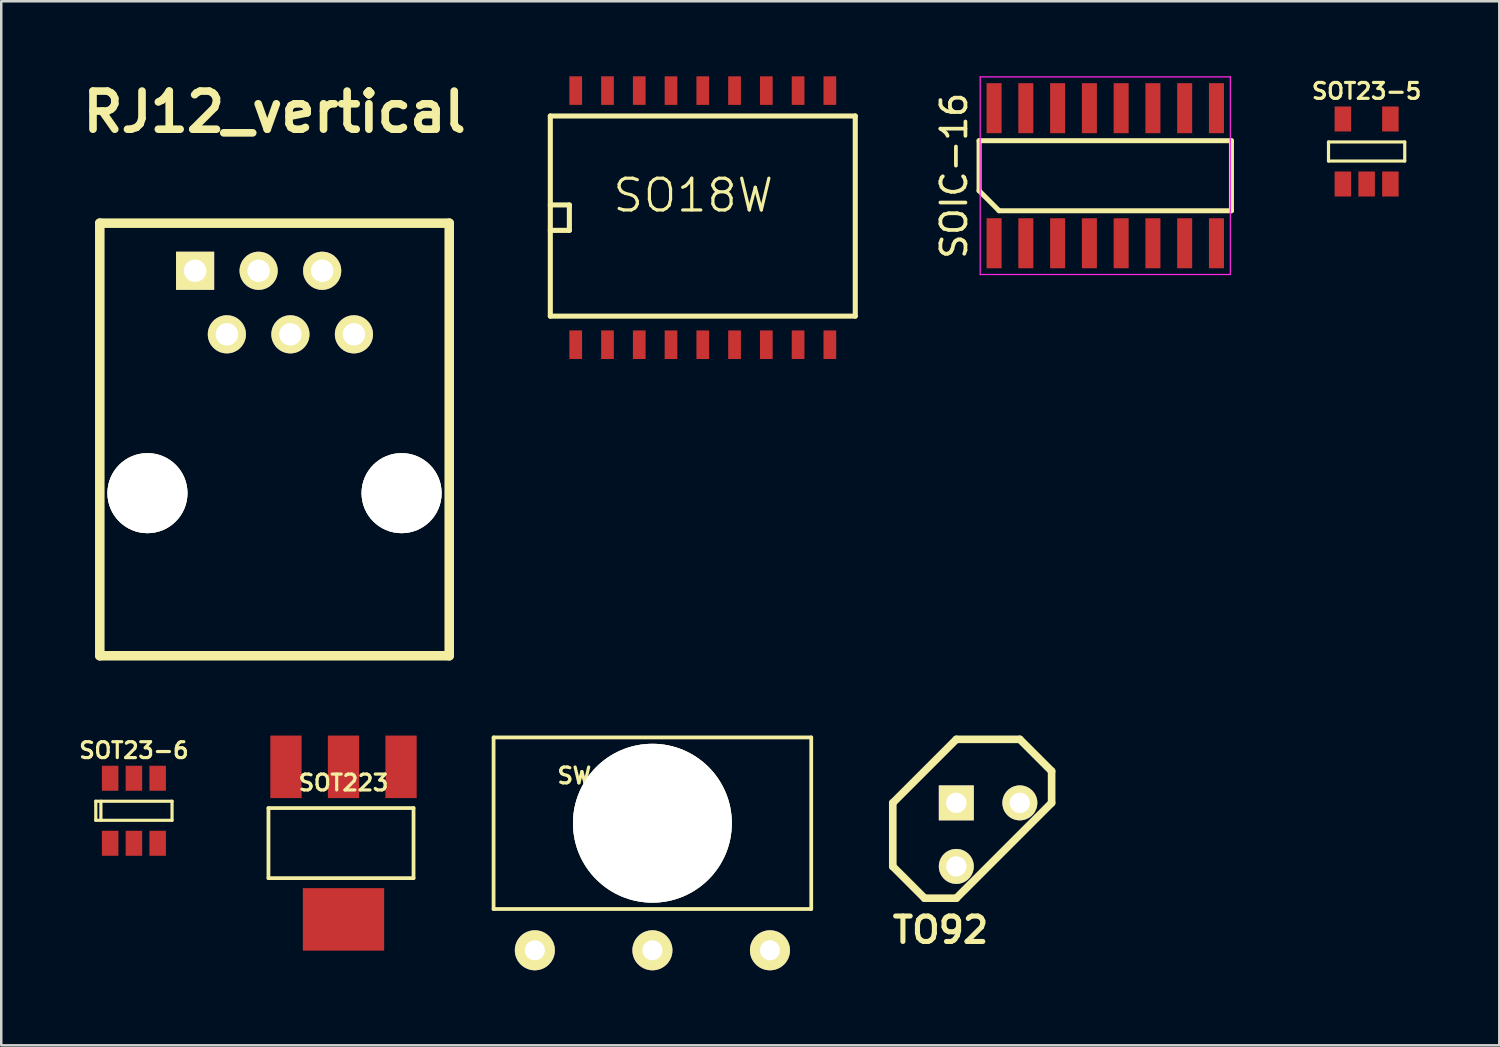
<source format=kicad_pcb>
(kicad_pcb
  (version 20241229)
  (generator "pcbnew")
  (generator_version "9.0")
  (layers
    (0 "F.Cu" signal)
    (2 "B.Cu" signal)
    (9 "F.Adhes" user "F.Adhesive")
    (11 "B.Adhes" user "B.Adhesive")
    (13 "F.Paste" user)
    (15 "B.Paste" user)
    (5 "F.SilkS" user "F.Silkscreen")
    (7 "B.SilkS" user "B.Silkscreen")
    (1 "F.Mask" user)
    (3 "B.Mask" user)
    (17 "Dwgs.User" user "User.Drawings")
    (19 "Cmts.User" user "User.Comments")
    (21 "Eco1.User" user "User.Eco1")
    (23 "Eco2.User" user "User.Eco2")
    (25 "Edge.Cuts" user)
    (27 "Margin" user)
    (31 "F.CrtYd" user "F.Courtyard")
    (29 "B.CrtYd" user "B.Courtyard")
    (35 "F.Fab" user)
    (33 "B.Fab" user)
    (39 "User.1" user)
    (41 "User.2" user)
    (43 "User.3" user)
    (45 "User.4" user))
  (footprint "SOT23-6"
    (layer "F.Cu")
    (at 2.304 29.364)
    (property "Reference" "SOT23-6" (at 0 -2.413 0) (layer "F.SilkS") (effects (font (size 0.635 0.635) (thickness 0.127))))
    (attr smd)
    (fp_line (start -1.524 -0.381) (end 1.524 -0.381) (stroke (width 0.127) (type solid)) (layer "F.SilkS"))
    (fp_line (start -1.524 0.381) (end -1.524 -0.381) (stroke (width 0.127) (type solid)) (layer "F.SilkS"))
    (fp_line (start -1.32 0.381) (end -1.32 -0.381) (stroke (width 0.127) (type solid)) (layer "F.SilkS"))
    (fp_line (start 1.524 -0.381) (end 1.524 0.381) (stroke (width 0.127) (type solid)) (layer "F.SilkS"))
    (fp_line (start 1.524 0.381) (end -1.524 0.381) (stroke (width 0.127) (type solid)) (layer "F.SilkS"))
    (pad "1" smd rect (at -0.95 1.3) (size 0.66 1) (layers "F.Cu" "F.Mask" "F.Paste"))
    (pad "2" smd rect (at 0 1.3) (size 0.66 1) (layers "F.Cu" "F.Mask" "F.Paste"))
    (pad "3" smd rect (at 0.95 1.3) (size 0.66 1) (layers "F.Cu" "F.Mask" "F.Paste"))
    (pad "4" smd rect (at 0.95 -1.3) (size 0.66 1) (layers "F.Cu" "F.Mask" "F.Paste"))
    (pad "5" smd rect (at 0 -1.3) (size 0.66 1) (layers "F.Cu" "F.Mask" "F.Paste"))
    (pad "6" smd rect (at -0.95 -1.3) (size 0.66 1) (layers "F.Cu" "F.Mask" "F.Paste")))
  (footprint "SOT223"
    (layer "F.Cu")
    (at 10.683 30.657)
    (property "Reference" "SOT223" (at 0 -2.413 0) (layer "F.SilkS") (effects (font (size 0.635 0.635) (thickness 0.127))))
    (attr smd)
    (fp_line (start -3 -1.4) (end 2.8 -1.4) (stroke (width 0.15) (type solid)) (layer "F.SilkS"))
    (fp_line (start -3 1.4) (end -3 -1.4) (stroke (width 0.15) (type solid)) (layer "F.SilkS"))
    (fp_line (start 2.8 -1.4) (end 2.8 1.4) (stroke (width 0.15) (type solid)) (layer "F.SilkS"))
    (fp_line (start 2.8 1.4) (end -3 1.4) (stroke (width 0.15) (type solid)) (layer "F.SilkS"))
    (pad "1" smd rect (at 2.3 -3.05) (size 1.25 2.5) (layers "F.Cu" "F.Mask" "F.Paste"))
    (pad "2" smd rect (at 0 -3.05) (size 1.25 2.5) (layers "F.Cu" "F.Mask" "F.Paste"))
    (pad "2" smd rect (at 0 3.05) (size 3.25 2.5) (layers "F.Cu" "F.Mask" "F.Paste"))
    (pad "3" smd rect (at -2.3 -3.05) (size 1.25 2.5) (layers "F.Cu" "F.Mask" "F.Paste")))
  (footprint "SOIC-16"
    (layer "F.Cu")
    (at 41.138 3.975)
    (property "Reference" "SOIC-16" (at -6.045 0 90) (layer "F.SilkS") (effects (font (size 1 1) (thickness 0.15))))
    (attr smd)
    (fp_line (start -5.045 -1.4) (end 5.045 -1.4) (stroke (width 0.2) (type solid)) (layer "F.SilkS"))
    (fp_line (start -5.045 0.6) (end -5.045 -1.4) (stroke (width 0.2) (type solid)) (layer "F.SilkS"))
    (fp_line (start -4.245 1.4) (end -5.045 0.6) (stroke (width 0.2) (type solid)) (layer "F.SilkS"))
    (fp_line (start 5.045 -1.4) (end 5.045 1.4) (stroke (width 0.2) (type solid)) (layer "F.SilkS"))
    (fp_line (start 5.045 1.4) (end -4.245 1.4) (stroke (width 0.2) (type solid)) (layer "F.SilkS"))
    (fp_line (start -5 -3.95) (end 5 -3.95) (stroke (width 0.05) (type solid)) (layer "F.CrtYd"))
    (fp_line (start -5 3.95) (end -5 -3.95) (stroke (width 0.05) (type solid)) (layer "F.CrtYd"))
    (fp_line (start 5 -3.95) (end 5 3.95) (stroke (width 0.05) (type solid)) (layer "F.CrtYd"))
    (fp_line (start 5 3.95) (end -5 3.95) (stroke (width 0.05) (type solid)) (layer "F.CrtYd"))
    (pad "1" smd rect (at -4.445 2.7) (size 0.6 2) (layers "F.Cu" "F.Mask" "F.Paste"))
    (pad "2" smd rect (at -3.175 2.7) (size 0.6 2) (layers "F.Cu" "F.Mask" "F.Paste"))
    (pad "3" smd rect (at -1.905 2.7) (size 0.6 2) (layers "F.Cu" "F.Mask" "F.Paste"))
    (pad "4" smd rect (at -0.635 2.7) (size 0.6 2) (layers "F.Cu" "F.Mask" "F.Paste"))
    (pad "5" smd rect (at 0.635 2.7) (size 0.6 2) (layers "F.Cu" "F.Mask" "F.Paste"))
    (pad "6" smd rect (at 1.905 2.7) (size 0.6 2) (layers "F.Cu" "F.Mask" "F.Paste"))
    (pad "7" smd rect (at 3.175 2.7) (size 0.6 2) (layers "F.Cu" "F.Mask" "F.Paste"))
    (pad "8" smd rect (at 4.445 2.7) (size 0.6 2) (layers "F.Cu" "F.Mask" "F.Paste"))
    (pad "9" smd rect (at 4.445 -2.7) (size 0.6 2) (layers "F.Cu" "F.Mask" "F.Paste"))
    (pad "10" smd rect (at 3.175 -2.7) (size 0.6 2) (layers "F.Cu" "F.Mask" "F.Paste"))
    (pad "11" smd rect (at 1.905 -2.7) (size 0.6 2) (layers "F.Cu" "F.Mask" "F.Paste"))
    (pad "12" smd rect (at 0.635 -2.7) (size 0.6 2) (layers "F.Cu" "F.Mask" "F.Paste"))
    (pad "13" smd rect (at -0.635 -2.7) (size 0.6 2) (layers "F.Cu" "F.Mask" "F.Paste"))
    (pad "14" smd rect (at -1.905 -2.7) (size 0.6 2) (layers "F.Cu" "F.Mask" "F.Paste"))
    (pad "15" smd rect (at -3.175 -2.7) (size 0.6 2) (layers "F.Cu" "F.Mask" "F.Paste"))
    (pad "16" smd rect (at -4.445 -2.7) (size 0.6 2) (layers "F.Cu" "F.Mask" "F.Paste")))
  (footprint "SW_SPDT"
    (layer "F.Cu")
    (at 23.033 29.862)
    (property "Reference" "SW_SPDT" (at -1.7 -1.9 0) (layer "F.SilkS") (effects (font (size 0.635 0.635) (thickness 0.127))))
    (attr through_hole)
    (fp_line (start -6.35 -3.43) (end -6.35 3.43) (stroke (width 0.15) (type solid)) (layer "F.SilkS"))
    (fp_line (start -6.35 -3.43) (end 6.35 -3.43) (stroke (width 0.15) (type solid)) (layer "F.SilkS"))
    (fp_line (start -6.35 3.43) (end 6.35 3.43) (stroke (width 0.15) (type solid)) (layer "F.SilkS"))
    (fp_line (start 6.35 -3.43) (end 6.35 3.43) (stroke (width 0.15) (type solid)) (layer "F.SilkS"))
    (pad "" thru_hole circle (at 0 0) (size 6.35 6.35) (drill 6.35) (layers "*.Cu" "*.Mask" "F.SilkS" "B.Adhes"))
    (pad "1" thru_hole circle (at -4.7 5.08) (size 1.6 1.6) (drill 0.8) (layers "*.Cu" "*.Mask" "F.SilkS"))
    (pad "2" thru_hole circle (at 0 5.08) (size 1.6 1.6) (drill 0.8) (layers "*.Cu" "*.Mask" "F.SilkS"))
    (pad "3" thru_hole circle (at 4.7 5.08) (size 1.6 1.6) (drill 0.8) (layers "*.Cu" "*.Mask" "F.SilkS")))
  (footprint "SO18W"
    (layer "F.Cu")
    (at 24.412 5.652)
    (property "Reference" "SO18W" (at 0.254 -0.889 0) (layer "F.SilkS") (effects (font (size 1.27 1.27) (thickness 0.127))))
    (attr smd)
    (fp_line (start -5.461 -4.064) (end 6.731 -4.064) (stroke (width 0.203) (type solid)) (layer "F.SilkS"))
    (fp_line (start -5.461 -0.508) (end -4.699 -0.508) (stroke (width 0.203) (type solid)) (layer "F.SilkS"))
    (fp_line (start -5.461 3.937) (end -5.461 -4.064) (stroke (width 0.203) (type solid)) (layer "F.SilkS"))
    (fp_line (start -4.699 -0.508) (end -4.699 0.508) (stroke (width 0.203) (type solid)) (layer "F.SilkS"))
    (fp_line (start -4.699 0.508) (end -5.461 0.508) (stroke (width 0.203) (type solid)) (layer "F.SilkS"))
    (fp_line (start 6.731 -4.064) (end 6.731 3.937) (stroke (width 0.203) (type solid)) (layer "F.SilkS"))
    (fp_line (start 6.731 3.937) (end -5.461 3.937) (stroke (width 0.203) (type solid)) (layer "F.SilkS"))
    (pad "1" smd rect (at -4.445 5.08) (size 0.508 1.143) (layers "F.Cu" "F.Mask" "F.Paste"))
    (pad "2" smd rect (at -3.175 5.08) (size 0.508 1.143) (layers "F.Cu" "F.Mask" "F.Paste"))
    (pad "3" smd rect (at -1.905 5.08) (size 0.508 1.143) (layers "F.Cu" "F.Mask" "F.Paste"))
    (pad "4" smd rect (at -0.635 5.08) (size 0.508 1.143) (layers "F.Cu" "F.Mask" "F.Paste"))
    (pad "5" smd rect (at 0.635 5.08) (size 0.508 1.143) (layers "F.Cu" "F.Mask" "F.Paste"))
    (pad "6" smd rect (at 1.905 5.08) (size 0.508 1.143) (layers "F.Cu" "F.Mask" "F.Paste"))
    (pad "7" smd rect (at 3.175 5.08) (size 0.508 1.143) (layers "F.Cu" "F.Mask" "F.Paste"))
    (pad "8" smd rect (at 4.445 5.08) (size 0.508 1.143) (layers "F.Cu" "F.Mask" "F.Paste"))
    (pad "9" smd rect (at 5.715 5.08) (size 0.508 1.143) (layers "F.Cu" "F.Mask" "F.Paste"))
    (pad "10" smd rect (at 5.715 -5.08) (size 0.508 1.143) (layers "F.Cu" "F.Mask" "F.Paste"))
    (pad "11" smd rect (at 4.445 -5.08) (size 0.508 1.143) (layers "F.Cu" "F.Mask" "F.Paste"))
    (pad "12" smd rect (at 3.175 -5.08) (size 0.508 1.143) (layers "F.Cu" "F.Mask" "F.Paste"))
    (pad "13" smd rect (at 1.905 -5.08) (size 0.508 1.143) (layers "F.Cu" "F.Mask" "F.Paste"))
    (pad "14" smd rect (at 0.635 -5.08) (size 0.508 1.143) (layers "F.Cu" "F.Mask" "F.Paste"))
    (pad "15" smd rect (at -0.635 -5.08) (size 0.508 1.143) (layers "F.Cu" "F.Mask" "F.Paste"))
    (pad "16" smd rect (at -1.905 -5.08) (size 0.508 1.143) (layers "F.Cu" "F.Mask" "F.Paste"))
    (pad "17" smd rect (at -3.175 -5.08) (size 0.508 1.143) (layers "F.Cu" "F.Mask" "F.Paste"))
    (pad "18" smd rect (at -4.445 -5.08) (size 0.508 1.143) (layers "F.Cu" "F.Mask" "F.Paste")))
  (footprint "TO92"
    (layer "F.Cu")
    (at 36.453 30.319)
    (property "Reference" "TO92" (at -1.905 3.81 0) (layer "F.SilkS") (effects (font (size 1.016 1.016) (thickness 0.203))))
    (attr through_hole)
    (fp_line (start -3.81 -1.27) (end -3.81 1.27) (stroke (width 0.305) (type solid)) (layer "F.SilkS"))
    (fp_line (start -3.81 1.27) (end -2.54 2.54) (stroke (width 0.305) (type solid)) (layer "F.SilkS"))
    (fp_line (start -2.54 2.54) (end -1.27 2.54) (stroke (width 0.305) (type solid)) (layer "F.SilkS"))
    (fp_line (start -1.27 -3.81) (end -3.81 -1.27) (stroke (width 0.305) (type solid)) (layer "F.SilkS"))
    (fp_line (start -1.27 2.54) (end 2.54 -1.27) (stroke (width 0.305) (type solid)) (layer "F.SilkS"))
    (fp_line (start 1.27 -3.81) (end -1.27 -3.81) (stroke (width 0.305) (type solid)) (layer "F.SilkS"))
    (fp_line (start 2.54 -2.54) (end 1.27 -3.81) (stroke (width 0.305) (type solid)) (layer "F.SilkS"))
    (fp_line (start 2.54 -1.27) (end 2.54 -2.54) (stroke (width 0.305) (type solid)) (layer "F.SilkS"))
    (pad "1" thru_hole circle (at 1.27 -1.27) (size 1.397 1.397) (drill 0.813) (layers "*.Cu" "*.Mask" "F.SilkS"))
    (pad "2" thru_hole rect (at -1.27 -1.27) (size 1.397 1.397) (drill 0.813) (layers "*.Cu" "*.Mask" "F.SilkS"))
    (pad "3" thru_hole circle (at -1.27 1.27) (size 1.397 1.397) (drill 0.813) (layers "*.Cu" "*.Mask" "F.SilkS")))
  (footprint "RJ12_vertical"
    (layer "F.Cu")
    (at 7.925 15.226)
    (property "Reference" "RJ12_vertical" (at 0 -13.8 0) (layer "F.SilkS") (effects (font (size 1.524 1.524) (thickness 0.305))))
    (attr through_hole)
    (fp_line (start -6.985 -9.355) (end -6.985 7.94) (stroke (width 0.381) (type solid)) (layer "F.SilkS"))
    (fp_line (start -6.985 7.94) (end 6.985 7.94) (stroke (width 0.381) (type solid)) (layer "F.SilkS"))
    (fp_line (start 6.985 -9.355) (end -6.985 -9.355) (stroke (width 0.381) (type solid)) (layer "F.SilkS"))
    (fp_line (start 6.985 7.94) (end 6.985 -9.355) (stroke (width 0.381) (type solid)) (layer "F.SilkS"))
    (pad "" thru_hole circle (at -5.08 1.44) (size 3.2 3.2) (drill 3.2) (layers "*.Cu" "*.Mask" "F.SilkS"))
    (pad "" thru_hole circle (at 5.08 1.44) (size 3.2 3.2) (drill 3.2) (layers "*.Cu" "*.Mask" "F.SilkS"))
    (pad "1" thru_hole rect (at -3.175 -7.45) (size 1.524 1.524) (drill 0.899) (layers "*.Cu" "*.Mask" "F.SilkS"))
    (pad "2" thru_hole circle (at -1.905 -4.91) (size 1.524 1.524) (drill 0.899) (layers "*.Cu" "*.Mask" "F.SilkS"))
    (pad "3" thru_hole circle (at -0.635 -7.45) (size 1.524 1.524) (drill 0.899) (layers "*.Cu" "*.Mask" "F.SilkS"))
    (pad "4" thru_hole circle (at 0.635 -4.91) (size 1.524 1.524) (drill 0.899) (layers "*.Cu" "*.Mask" "F.SilkS"))
    (pad "5" thru_hole circle (at 1.905 -7.45) (size 1.524 1.524) (drill 0.899) (layers "*.Cu" "*.Mask" "F.SilkS"))
    (pad "6" thru_hole circle (at 3.175 -4.91) (size 1.524 1.524) (drill 0.899) (layers "*.Cu" "*.Mask" "F.SilkS")))
  (footprint "SOT23-5"
    (layer "F.Cu")
    (at 51.587 3.007)
    (property "Reference" "SOT23-5" (at 0 -2.413 0) (layer "F.SilkS") (effects (font (size 0.635 0.635) (thickness 0.127))))
    (attr smd)
    (fp_line (start -1.524 -0.381) (end 1.524 -0.381) (stroke (width 0.127) (type solid)) (layer "F.SilkS"))
    (fp_line (start -1.524 0.381) (end -1.524 -0.381) (stroke (width 0.127) (type solid)) (layer "F.SilkS"))
    (fp_line (start 1.524 -0.381) (end 1.524 0.381) (stroke (width 0.127) (type solid)) (layer "F.SilkS"))
    (fp_line (start 1.524 0.381) (end -1.524 0.381) (stroke (width 0.127) (type solid)) (layer "F.SilkS"))
    (pad "1" smd rect (at -0.95 1.3) (size 0.66 1) (layers "F.Cu" "F.Mask" "F.Paste"))
    (pad "2" smd rect (at 0 1.3) (size 0.66 1) (layers "F.Cu" "F.Mask" "F.Paste"))
    (pad "3" smd rect (at 0.95 1.3) (size 0.66 1) (layers "F.Cu" "F.Mask" "F.Paste"))
    (pad "4" smd rect (at 0.95 -1.3) (size 0.66 1) (layers "F.Cu" "F.Mask" "F.Paste"))
    (pad "5" smd rect (at -0.95 -1.3) (size 0.66 1) (layers "F.Cu" "F.Mask" "F.Paste")))
  (gr_rect
    (start -3 -3)
    (end 56.891 38.742)
    (stroke (width 0.1) (type default))
    (fill no)
    (layer "Edge.Cuts")))
</source>
